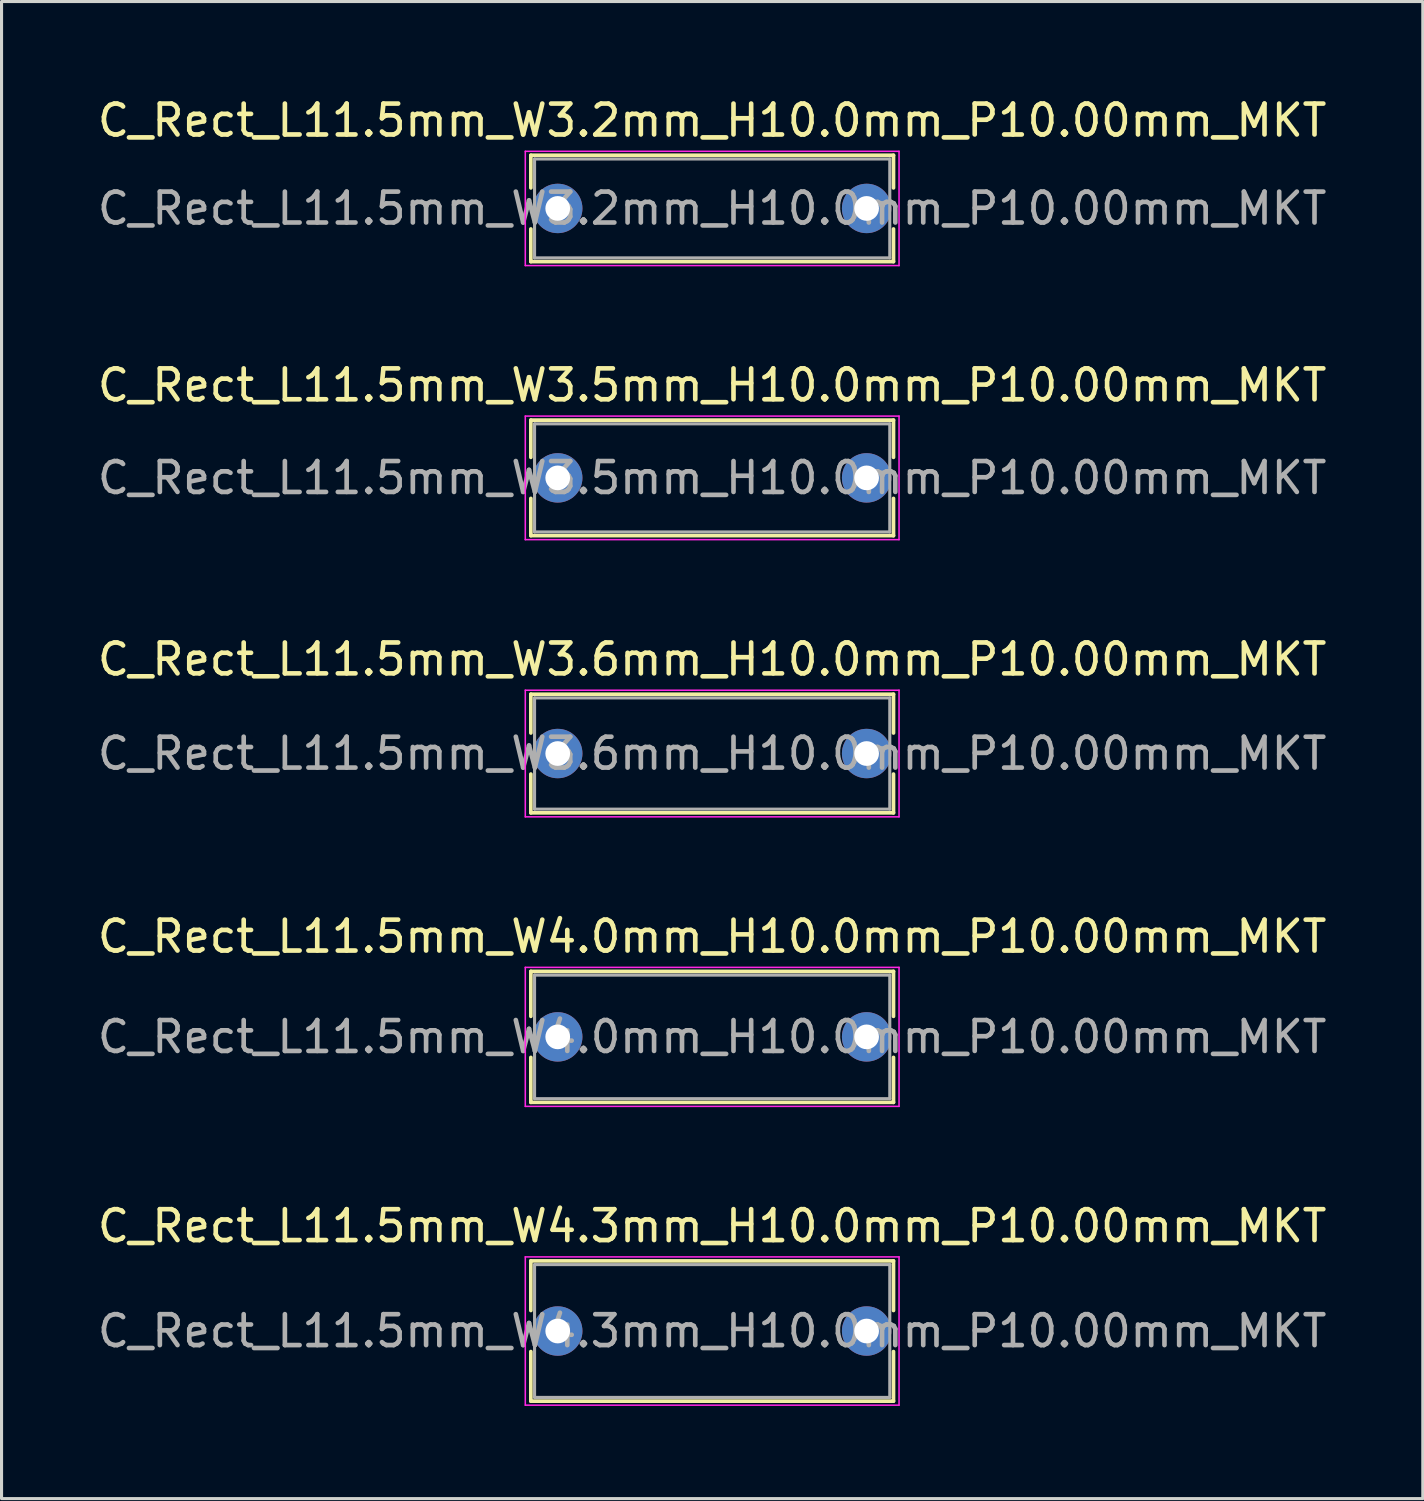
<source format=kicad_pcb>
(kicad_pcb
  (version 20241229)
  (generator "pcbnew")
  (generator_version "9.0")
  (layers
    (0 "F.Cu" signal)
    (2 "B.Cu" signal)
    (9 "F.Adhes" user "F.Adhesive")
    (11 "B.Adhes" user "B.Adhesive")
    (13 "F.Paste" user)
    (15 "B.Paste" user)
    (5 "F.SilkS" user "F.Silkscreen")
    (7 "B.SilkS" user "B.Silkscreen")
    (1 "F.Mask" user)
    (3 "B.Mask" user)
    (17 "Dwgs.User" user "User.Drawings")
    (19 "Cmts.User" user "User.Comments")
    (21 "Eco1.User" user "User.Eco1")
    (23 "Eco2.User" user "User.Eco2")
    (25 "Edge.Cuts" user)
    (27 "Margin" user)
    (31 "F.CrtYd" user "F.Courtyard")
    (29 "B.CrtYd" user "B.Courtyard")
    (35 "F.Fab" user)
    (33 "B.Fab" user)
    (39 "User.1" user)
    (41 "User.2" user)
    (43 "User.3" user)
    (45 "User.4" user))
  (footprint "C_Rect_L11.5mm_W3.5mm_H10.0mm_P10.00mm_MKT"
    (layer "F.Cu")
    (at 15.006 12.421)
    (property "Reference" "C_Rect_L11.5mm_W3.5mm_H10.0mm_P10.00mm_MKT" (at 5 -3 0) (layer "F.SilkS") (effects (font (size 1 1) (thickness 0.15))))
    (attr through_hole)
    (fp_line (start -0.87 -1.87) (end -0.87 -0.665) (stroke (width 0.12) (type solid)) (layer "F.SilkS"))
    (fp_line (start -0.87 -1.87) (end 10.87 -1.87) (stroke (width 0.12) (type solid)) (layer "F.SilkS"))
    (fp_line (start -0.87 0.665) (end -0.87 1.87) (stroke (width 0.12) (type solid)) (layer "F.SilkS"))
    (fp_line (start -0.87 1.87) (end 10.87 1.87) (stroke (width 0.12) (type solid)) (layer "F.SilkS"))
    (fp_line (start 10.87 -1.87) (end 10.87 -0.665) (stroke (width 0.12) (type solid)) (layer "F.SilkS"))
    (fp_line (start 10.87 0.665) (end 10.87 1.87) (stroke (width 0.12) (type solid)) (layer "F.SilkS"))
    (fp_line (start -1.05 -2) (end -1.05 2) (stroke (width 0.05) (type solid)) (layer "F.CrtYd"))
    (fp_line (start -1.05 2) (end 11.05 2) (stroke (width 0.05) (type solid)) (layer "F.CrtYd"))
    (fp_line (start 11.05 -2) (end -1.05 -2) (stroke (width 0.05) (type solid)) (layer "F.CrtYd"))
    (fp_line (start 11.05 2) (end 11.05 -2) (stroke (width 0.05) (type solid)) (layer "F.CrtYd"))
    (fp_line (start -0.75 -1.75) (end -0.75 1.75) (stroke (width 0.1) (type solid)) (layer "F.Fab"))
    (fp_line (start -0.75 1.75) (end 10.75 1.75) (stroke (width 0.1) (type solid)) (layer "F.Fab"))
    (fp_line (start 10.75 -1.75) (end -0.75 -1.75) (stroke (width 0.1) (type solid)) (layer "F.Fab"))
    (fp_line (start 10.75 1.75) (end 10.75 -1.75) (stroke (width 0.1) (type solid)) (layer "F.Fab"))
    (fp_text user "${REFERENCE}" (at 5 0 0) (layer "F.Fab") (effects (font (size 1 1) (thickness 0.15))))
    (pad "1" thru_hole circle (at 0 0) (size 1.6 1.6) (drill 0.8) (layers "*.Cu" "*.Mask"))
    (pad "2" thru_hole circle (at 10 0) (size 1.6 1.6) (drill 0.8) (layers "*.Cu" "*.Mask")))
  (footprint "C_Rect_L11.5mm_W3.6mm_H10.0mm_P10.00mm_MKT"
    (layer "F.Cu")
    (at 15.006 21.345)
    (property "Reference" "C_Rect_L11.5mm_W3.6mm_H10.0mm_P10.00mm_MKT" (at 5 -3.05 0) (layer "F.SilkS") (effects (font (size 1 1) (thickness 0.15))))
    (attr through_hole)
    (fp_line (start -0.87 -1.92) (end -0.87 -0.665) (stroke (width 0.12) (type solid)) (layer "F.SilkS"))
    (fp_line (start -0.87 -1.92) (end 10.87 -1.92) (stroke (width 0.12) (type solid)) (layer "F.SilkS"))
    (fp_line (start -0.87 0.665) (end -0.87 1.92) (stroke (width 0.12) (type solid)) (layer "F.SilkS"))
    (fp_line (start -0.87 1.92) (end 10.87 1.92) (stroke (width 0.12) (type solid)) (layer "F.SilkS"))
    (fp_line (start 10.87 -1.92) (end 10.87 -0.665) (stroke (width 0.12) (type solid)) (layer "F.SilkS"))
    (fp_line (start 10.87 0.665) (end 10.87 1.92) (stroke (width 0.12) (type solid)) (layer "F.SilkS"))
    (fp_line (start -1.05 -2.05) (end -1.05 2.05) (stroke (width 0.05) (type solid)) (layer "F.CrtYd"))
    (fp_line (start -1.05 2.05) (end 11.05 2.05) (stroke (width 0.05) (type solid)) (layer "F.CrtYd"))
    (fp_line (start 11.05 -2.05) (end -1.05 -2.05) (stroke (width 0.05) (type solid)) (layer "F.CrtYd"))
    (fp_line (start 11.05 2.05) (end 11.05 -2.05) (stroke (width 0.05) (type solid)) (layer "F.CrtYd"))
    (fp_line (start -0.75 -1.8) (end -0.75 1.8) (stroke (width 0.1) (type solid)) (layer "F.Fab"))
    (fp_line (start -0.75 1.8) (end 10.75 1.8) (stroke (width 0.1) (type solid)) (layer "F.Fab"))
    (fp_line (start 10.75 -1.8) (end -0.75 -1.8) (stroke (width 0.1) (type solid)) (layer "F.Fab"))
    (fp_line (start 10.75 1.8) (end 10.75 -1.8) (stroke (width 0.1) (type solid)) (layer "F.Fab"))
    (fp_text user "${REFERENCE}" (at 5 0 0) (layer "F.Fab") (effects (font (size 1 1) (thickness 0.15))))
    (pad "1" thru_hole circle (at 0 0) (size 1.6 1.6) (drill 0.8) (layers "*.Cu" "*.Mask"))
    (pad "2" thru_hole circle (at 10 0) (size 1.6 1.6) (drill 0.8) (layers "*.Cu" "*.Mask")))
  (footprint "C_Rect_L11.5mm_W3.2mm_H10.0mm_P10.00mm_MKT"
    (layer "F.Cu")
    (at 15.006 3.698)
    (property "Reference" "C_Rect_L11.5mm_W3.2mm_H10.0mm_P10.00mm_MKT" (at 5 -2.85 0) (layer "F.SilkS") (effects (font (size 1 1) (thickness 0.15))))
    (attr through_hole)
    (fp_line (start -0.87 -1.721) (end -0.87 -0.665) (stroke (width 0.12) (type solid)) (layer "F.SilkS"))
    (fp_line (start -0.87 -1.721) (end 10.87 -1.721) (stroke (width 0.12) (type solid)) (layer "F.SilkS"))
    (fp_line (start -0.87 0.665) (end -0.87 1.721) (stroke (width 0.12) (type solid)) (layer "F.SilkS"))
    (fp_line (start -0.87 1.721) (end 10.87 1.721) (stroke (width 0.12) (type solid)) (layer "F.SilkS"))
    (fp_line (start 10.87 -1.721) (end 10.87 -0.665) (stroke (width 0.12) (type solid)) (layer "F.SilkS"))
    (fp_line (start 10.87 0.665) (end 10.87 1.721) (stroke (width 0.12) (type solid)) (layer "F.SilkS"))
    (fp_line (start -1.05 -1.85) (end -1.05 1.85) (stroke (width 0.05) (type solid)) (layer "F.CrtYd"))
    (fp_line (start -1.05 1.85) (end 11.05 1.85) (stroke (width 0.05) (type solid)) (layer "F.CrtYd"))
    (fp_line (start 11.05 -1.85) (end -1.05 -1.85) (stroke (width 0.05) (type solid)) (layer "F.CrtYd"))
    (fp_line (start 11.05 1.85) (end 11.05 -1.85) (stroke (width 0.05) (type solid)) (layer "F.CrtYd"))
    (fp_line (start -0.75 -1.6) (end -0.75 1.6) (stroke (width 0.1) (type solid)) (layer "F.Fab"))
    (fp_line (start -0.75 1.6) (end 10.75 1.6) (stroke (width 0.1) (type solid)) (layer "F.Fab"))
    (fp_line (start 10.75 -1.6) (end -0.75 -1.6) (stroke (width 0.1) (type solid)) (layer "F.Fab"))
    (fp_line (start 10.75 1.6) (end 10.75 -1.6) (stroke (width 0.1) (type solid)) (layer "F.Fab"))
    (fp_text user "${REFERENCE}" (at 5 0 0) (layer "F.Fab") (effects (font (size 1 1) (thickness 0.15))))
    (pad "1" thru_hole circle (at 0 0) (size 1.6 1.6) (drill 0.8) (layers "*.Cu" "*.Mask"))
    (pad "2" thru_hole circle (at 10 0) (size 1.6 1.6) (drill 0.8) (layers "*.Cu" "*.Mask")))
  (footprint "C_Rect_L11.5mm_W4.0mm_H10.0mm_P10.00mm_MKT"
    (layer "F.Cu")
    (at 15.006 30.518)
    (property "Reference" "C_Rect_L11.5mm_W4.0mm_H10.0mm_P10.00mm_MKT" (at 5 -3.25 0) (layer "F.SilkS") (effects (font (size 1 1) (thickness 0.15))))
    (attr through_hole)
    (fp_line (start -0.87 -2.12) (end -0.87 -0.665) (stroke (width 0.12) (type solid)) (layer "F.SilkS"))
    (fp_line (start -0.87 -2.12) (end 10.87 -2.12) (stroke (width 0.12) (type solid)) (layer "F.SilkS"))
    (fp_line (start -0.87 0.665) (end -0.87 2.12) (stroke (width 0.12) (type solid)) (layer "F.SilkS"))
    (fp_line (start -0.87 2.12) (end 10.87 2.12) (stroke (width 0.12) (type solid)) (layer "F.SilkS"))
    (fp_line (start 10.87 -2.12) (end 10.87 -0.665) (stroke (width 0.12) (type solid)) (layer "F.SilkS"))
    (fp_line (start 10.87 0.665) (end 10.87 2.12) (stroke (width 0.12) (type solid)) (layer "F.SilkS"))
    (fp_line (start -1.05 -2.25) (end -1.05 2.25) (stroke (width 0.05) (type solid)) (layer "F.CrtYd"))
    (fp_line (start -1.05 2.25) (end 11.05 2.25) (stroke (width 0.05) (type solid)) (layer "F.CrtYd"))
    (fp_line (start 11.05 -2.25) (end -1.05 -2.25) (stroke (width 0.05) (type solid)) (layer "F.CrtYd"))
    (fp_line (start 11.05 2.25) (end 11.05 -2.25) (stroke (width 0.05) (type solid)) (layer "F.CrtYd"))
    (fp_line (start -0.75 -2) (end -0.75 2) (stroke (width 0.1) (type solid)) (layer "F.Fab"))
    (fp_line (start -0.75 2) (end 10.75 2) (stroke (width 0.1) (type solid)) (layer "F.Fab"))
    (fp_line (start 10.75 -2) (end -0.75 -2) (stroke (width 0.1) (type solid)) (layer "F.Fab"))
    (fp_line (start 10.75 2) (end 10.75 -2) (stroke (width 0.1) (type solid)) (layer "F.Fab"))
    (fp_text user "${REFERENCE}" (at 5 0 0) (layer "F.Fab") (effects (font (size 1 1) (thickness 0.15))))
    (pad "1" thru_hole circle (at 0 0) (size 1.6 1.6) (drill 0.8) (layers "*.Cu" "*.Mask"))
    (pad "2" thru_hole circle (at 10 0) (size 1.6 1.6) (drill 0.8) (layers "*.Cu" "*.Mask")))
  (footprint "C_Rect_L11.5mm_W4.3mm_H10.0mm_P10.00mm_MKT"
    (layer "F.Cu")
    (at 15.006 40.041)
    (property "Reference" "C_Rect_L11.5mm_W4.3mm_H10.0mm_P10.00mm_MKT" (at 5 -3.4 0) (layer "F.SilkS") (effects (font (size 1 1) (thickness 0.15))))
    (attr through_hole)
    (fp_line (start -0.87 -2.27) (end -0.87 -0.665) (stroke (width 0.12) (type solid)) (layer "F.SilkS"))
    (fp_line (start -0.87 -2.27) (end 10.87 -2.27) (stroke (width 0.12) (type solid)) (layer "F.SilkS"))
    (fp_line (start -0.87 0.665) (end -0.87 2.27) (stroke (width 0.12) (type solid)) (layer "F.SilkS"))
    (fp_line (start -0.87 2.27) (end 10.87 2.27) (stroke (width 0.12) (type solid)) (layer "F.SilkS"))
    (fp_line (start 10.87 -2.27) (end 10.87 -0.665) (stroke (width 0.12) (type solid)) (layer "F.SilkS"))
    (fp_line (start 10.87 0.665) (end 10.87 2.27) (stroke (width 0.12) (type solid)) (layer "F.SilkS"))
    (fp_line (start -1.05 -2.4) (end -1.05 2.4) (stroke (width 0.05) (type solid)) (layer "F.CrtYd"))
    (fp_line (start -1.05 2.4) (end 11.05 2.4) (stroke (width 0.05) (type solid)) (layer "F.CrtYd"))
    (fp_line (start 11.05 -2.4) (end -1.05 -2.4) (stroke (width 0.05) (type solid)) (layer "F.CrtYd"))
    (fp_line (start 11.05 2.4) (end 11.05 -2.4) (stroke (width 0.05) (type solid)) (layer "F.CrtYd"))
    (fp_line (start -0.75 -2.15) (end -0.75 2.15) (stroke (width 0.1) (type solid)) (layer "F.Fab"))
    (fp_line (start -0.75 2.15) (end 10.75 2.15) (stroke (width 0.1) (type solid)) (layer "F.Fab"))
    (fp_line (start 10.75 -2.15) (end -0.75 -2.15) (stroke (width 0.1) (type solid)) (layer "F.Fab"))
    (fp_line (start 10.75 2.15) (end 10.75 -2.15) (stroke (width 0.1) (type solid)) (layer "F.Fab"))
    (fp_text user "${REFERENCE}" (at 5 0 0) (layer "F.Fab") (effects (font (size 1 1) (thickness 0.15))))
    (pad "1" thru_hole circle (at 0 0) (size 1.6 1.6) (drill 0.8) (layers "*.Cu" "*.Mask"))
    (pad "2" thru_hole circle (at 10 0) (size 1.6 1.6) (drill 0.8) (layers "*.Cu" "*.Mask")))
  (gr_rect
    (start -3 -3)
    (end 43.012 45.466)
    (stroke (width 0.1) (type default))
    (fill no)
    (layer "Edge.Cuts")))
</source>
